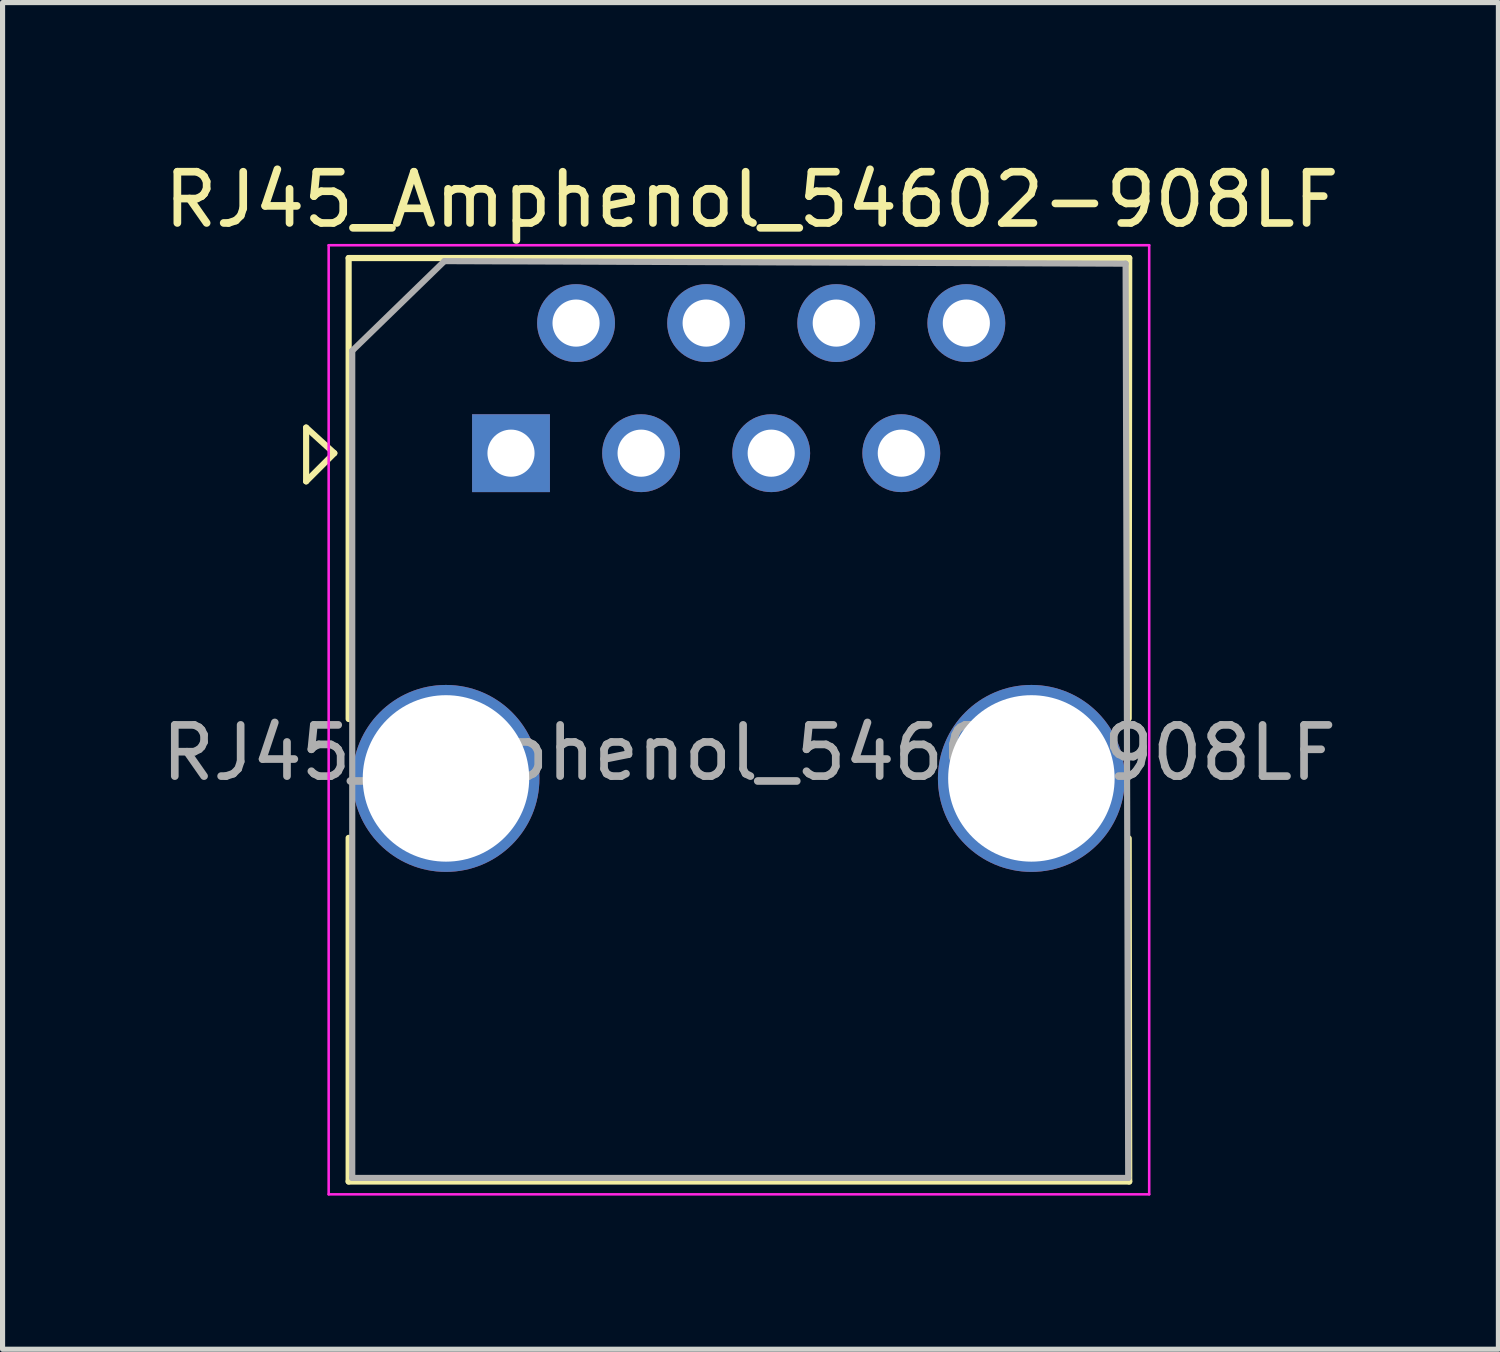
<source format=kicad_pcb>
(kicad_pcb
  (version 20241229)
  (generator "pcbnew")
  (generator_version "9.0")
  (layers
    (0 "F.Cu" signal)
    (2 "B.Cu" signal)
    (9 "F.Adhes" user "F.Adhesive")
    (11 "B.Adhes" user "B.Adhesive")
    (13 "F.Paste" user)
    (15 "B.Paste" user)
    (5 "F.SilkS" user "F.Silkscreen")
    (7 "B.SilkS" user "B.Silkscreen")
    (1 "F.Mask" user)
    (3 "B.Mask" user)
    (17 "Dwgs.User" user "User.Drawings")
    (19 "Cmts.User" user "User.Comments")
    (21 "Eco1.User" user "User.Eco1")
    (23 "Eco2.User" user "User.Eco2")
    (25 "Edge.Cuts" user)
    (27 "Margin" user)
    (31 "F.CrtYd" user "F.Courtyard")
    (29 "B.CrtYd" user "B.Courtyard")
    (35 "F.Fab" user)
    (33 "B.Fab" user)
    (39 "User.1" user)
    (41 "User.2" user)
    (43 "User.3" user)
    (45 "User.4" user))
  (footprint "RJ45_Amphenol_54602-908LF"
    (layer "F.Cu")
    (at 6.927 5.798)
    (property "Reference" "RJ45_Amphenol_54602-908LF" (at 4.7 -4.95 0) (layer "F.SilkS") (effects (font (size 1 1) (thickness 0.15))))
    (attr through_hole)
    (fp_line (start -4 -0.5) (end -4 0.55) (stroke (width 0.12) (type solid)) (layer "F.SilkS"))
    (fp_line (start -4 0.55) (end -3.45 0) (stroke (width 0.12) (type solid)) (layer "F.SilkS"))
    (fp_line (start -3.45 0) (end -4 -0.5) (stroke (width 0.12) (type solid)) (layer "F.SilkS"))
    (fp_line (start -3.17 -3.81) (end -3.17 5.19) (stroke (width 0.12) (type solid)) (layer "F.SilkS"))
    (fp_line (start -3.17 7.51) (end -3.17 14.22) (stroke (width 0.12) (type solid)) (layer "F.SilkS"))
    (fp_line (start -3.17 14.22) (end 12.07 14.22) (stroke (width 0.12) (type solid)) (layer "F.SilkS"))
    (fp_line (start 12.06 7.52) (end 12.07 14.22) (stroke (width 0.12) (type solid)) (layer "F.SilkS"))
    (fp_line (start 12.07 -3.81) (end -3.17 -3.81) (stroke (width 0.12) (type solid)) (layer "F.SilkS"))
    (fp_line (start 12.07 -3.81) (end 12.06 5.18) (stroke (width 0.12) (type solid)) (layer "F.SilkS"))
    (fp_line (start -3.56 -4.06) (end -3.56 14.47) (stroke (width 0.05) (type solid)) (layer "F.CrtYd"))
    (fp_line (start -3.56 -4.06) (end 12.46 -4.06) (stroke (width 0.05) (type solid)) (layer "F.CrtYd"))
    (fp_line (start 12.46 14.47) (end -3.56 14.47) (stroke (width 0.05) (type solid)) (layer "F.CrtYd"))
    (fp_line (start 12.46 14.47) (end 12.46 -4.06) (stroke (width 0.05) (type solid)) (layer "F.CrtYd"))
    (fp_line (start -3.1 -2) (end -1.3 -3.75) (stroke (width 0.12) (type solid)) (layer "F.Fab"))
    (fp_line (start -3.1 14.15) (end -3.1 -2) (stroke (width 0.12) (type solid)) (layer "F.Fab"))
    (fp_line (start -1.3 -3.75) (end 12 -3.7) (stroke (width 0.12) (type solid)) (layer "F.Fab"))
    (fp_line (start 12 -3.7) (end 12.05 14.15) (stroke (width 0.12) (type solid)) (layer "F.Fab"))
    (fp_line (start 12.05 14.15) (end -3.1 14.15) (stroke (width 0.12) (type solid)) (layer "F.Fab"))
    (fp_text user "${REFERENCE}" (at 4.65 5.85 0) (layer "F.Fab") (effects (font (size 1 1) (thickness 0.15))))
    (pad "" np_thru_hole circle (at -1.27 6.35) (size 3.65 3.65) (drill 3.25) (layers "*.Cu" "*.Mask"))
    (pad "" np_thru_hole circle (at 10.16 6.35) (size 3.65 3.65) (drill 3.25) (layers "*.Cu" "*.Mask"))
    (pad "1" thru_hole rect (at 0 0) (size 1.52 1.52) (drill 0.92) (layers "*.Cu" "*.Mask"))
    (pad "2" thru_hole circle (at 1.27 -2.54) (size 1.52 1.52) (drill 0.92) (layers "*.Cu" "*.Mask"))
    (pad "3" thru_hole circle (at 2.54 0) (size 1.52 1.52) (drill 0.92) (layers "*.Cu" "*.Mask"))
    (pad "4" thru_hole circle (at 3.81 -2.54) (size 1.52 1.52) (drill 0.92) (layers "*.Cu" "*.Mask"))
    (pad "5" thru_hole circle (at 5.08 0) (size 1.52 1.52) (drill 0.92) (layers "*.Cu" "*.Mask"))
    (pad "6" thru_hole circle (at 6.35 -2.54) (size 1.52 1.52) (drill 0.92) (layers "*.Cu" "*.Mask"))
    (pad "7" thru_hole circle (at 7.62 0) (size 1.52 1.52) (drill 0.92) (layers "*.Cu" "*.Mask"))
    (pad "8" thru_hole circle (at 8.89 -2.54) (size 1.52 1.52) (drill 0.92) (layers "*.Cu" "*.Mask")))
  (gr_rect
    (start -3 -3)
    (end 26.205 23.293)
    (stroke (width 0.1) (type default))
    (fill no)
    (layer "Edge.Cuts")))
</source>
